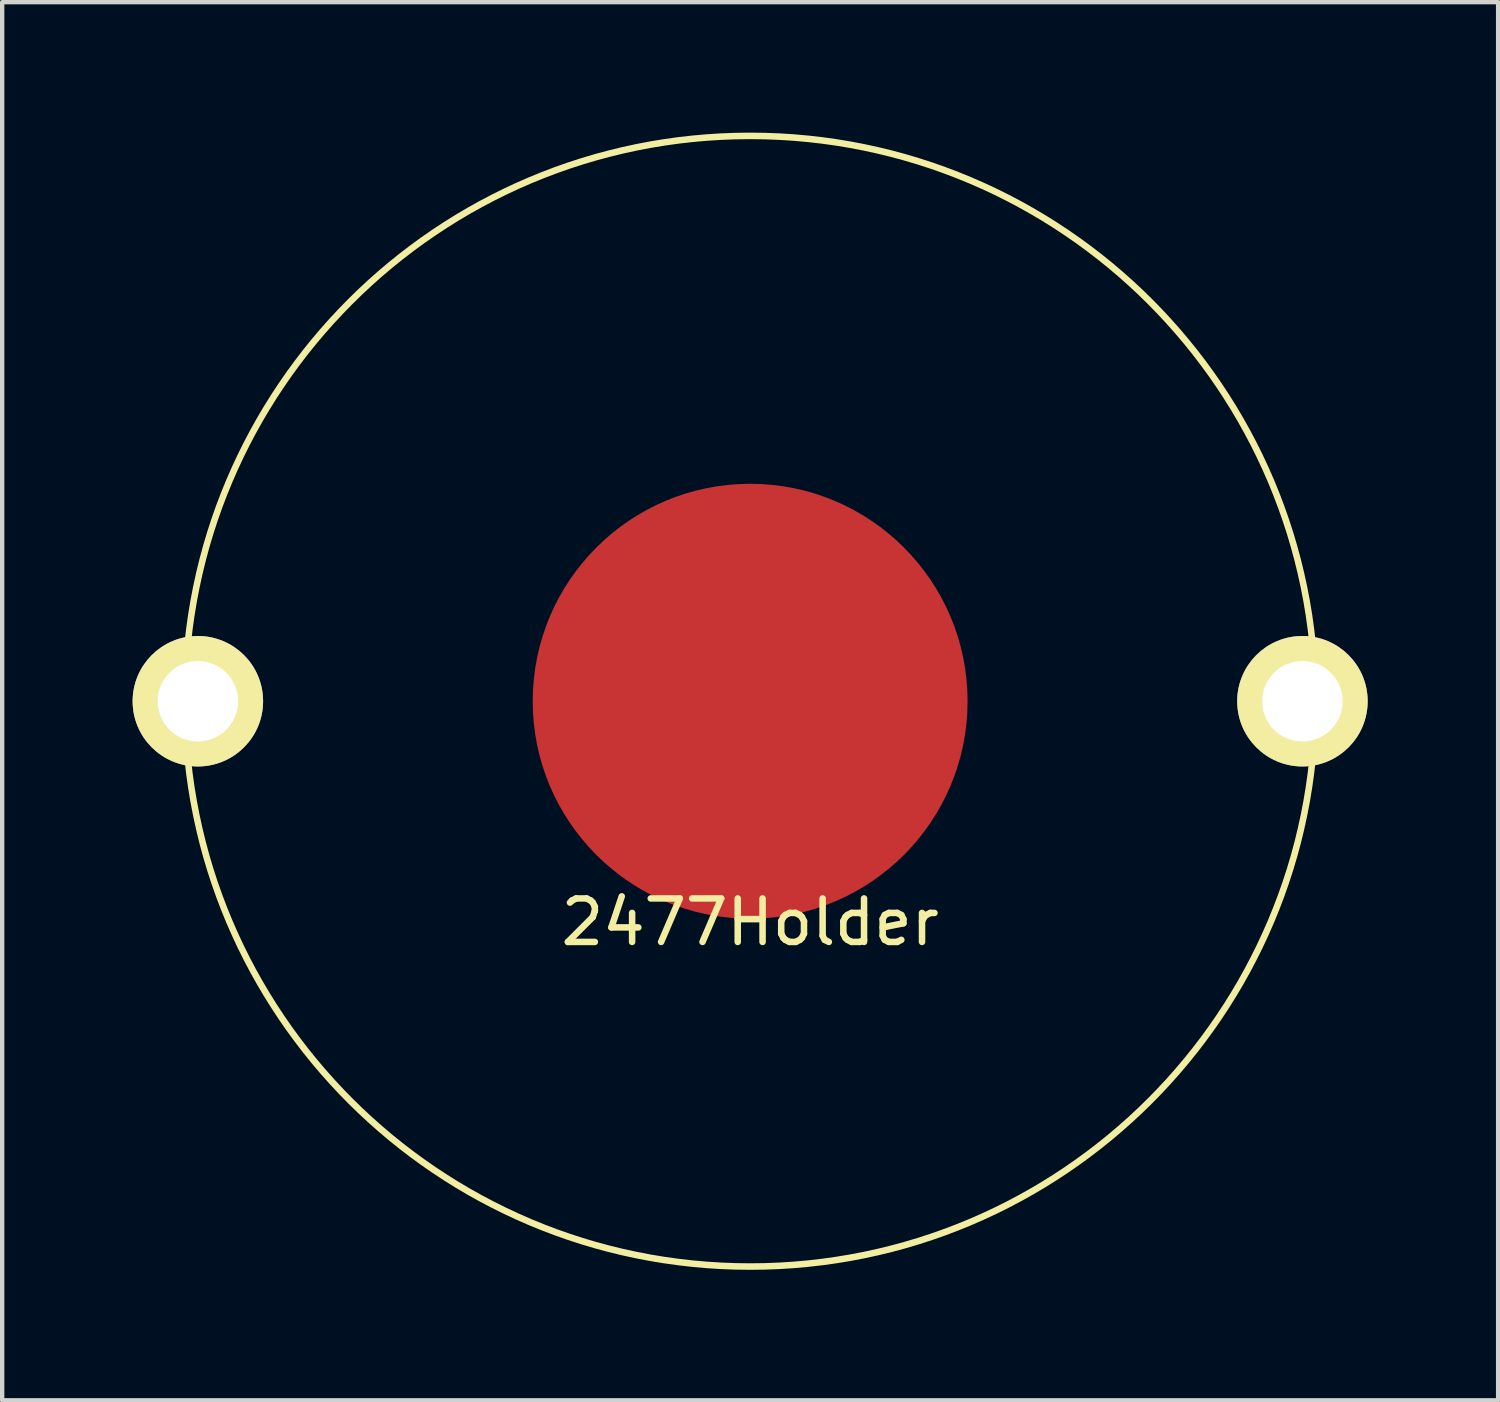
<source format=kicad_pcb>
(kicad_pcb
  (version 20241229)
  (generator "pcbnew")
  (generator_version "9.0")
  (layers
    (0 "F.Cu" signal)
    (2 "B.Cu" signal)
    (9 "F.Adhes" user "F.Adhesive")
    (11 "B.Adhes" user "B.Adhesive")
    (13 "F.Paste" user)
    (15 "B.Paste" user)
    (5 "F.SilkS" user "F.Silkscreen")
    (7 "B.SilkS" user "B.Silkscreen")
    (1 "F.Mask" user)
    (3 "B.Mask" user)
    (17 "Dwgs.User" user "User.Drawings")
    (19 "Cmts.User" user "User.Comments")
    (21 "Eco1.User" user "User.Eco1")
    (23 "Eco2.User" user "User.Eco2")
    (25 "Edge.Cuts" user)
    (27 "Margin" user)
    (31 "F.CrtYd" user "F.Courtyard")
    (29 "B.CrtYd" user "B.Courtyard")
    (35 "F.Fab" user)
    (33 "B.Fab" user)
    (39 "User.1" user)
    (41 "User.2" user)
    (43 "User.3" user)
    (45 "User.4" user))
  (footprint "2477Holder"
    (layer "F.Cu")
    (at 14.2 13.075)
    (property "Reference" "2477Holder" (at 0 5.08 0) (layer "F.SilkS") (effects (font (size 1 1) (thickness 0.15))))
    (attr through_hole)
    (fp_circle (center 0 0) (end 13 0) (stroke (width 0.15) (type solid)) (fill no) (layer "F.SilkS"))
    (pad "1" thru_hole circle (at -12.7 0) (size 3 3) (drill 1.85) (layers "*.Cu" "*.Mask" "F.SilkS"))
    (pad "1" thru_hole circle (at 12.7 0) (size 3 3) (drill 1.85) (layers "*.Cu" "*.Mask" "F.SilkS"))
    (pad "2" smd circle (at 0 0) (size 10 10) (layers "F.Cu" "F.Mask" "F.Paste")))
  (gr_rect
    (start -3 -3)
    (end 31.4 29.15)
    (stroke (width 0.1) (type default))
    (fill no)
    (layer "Edge.Cuts")))
</source>
